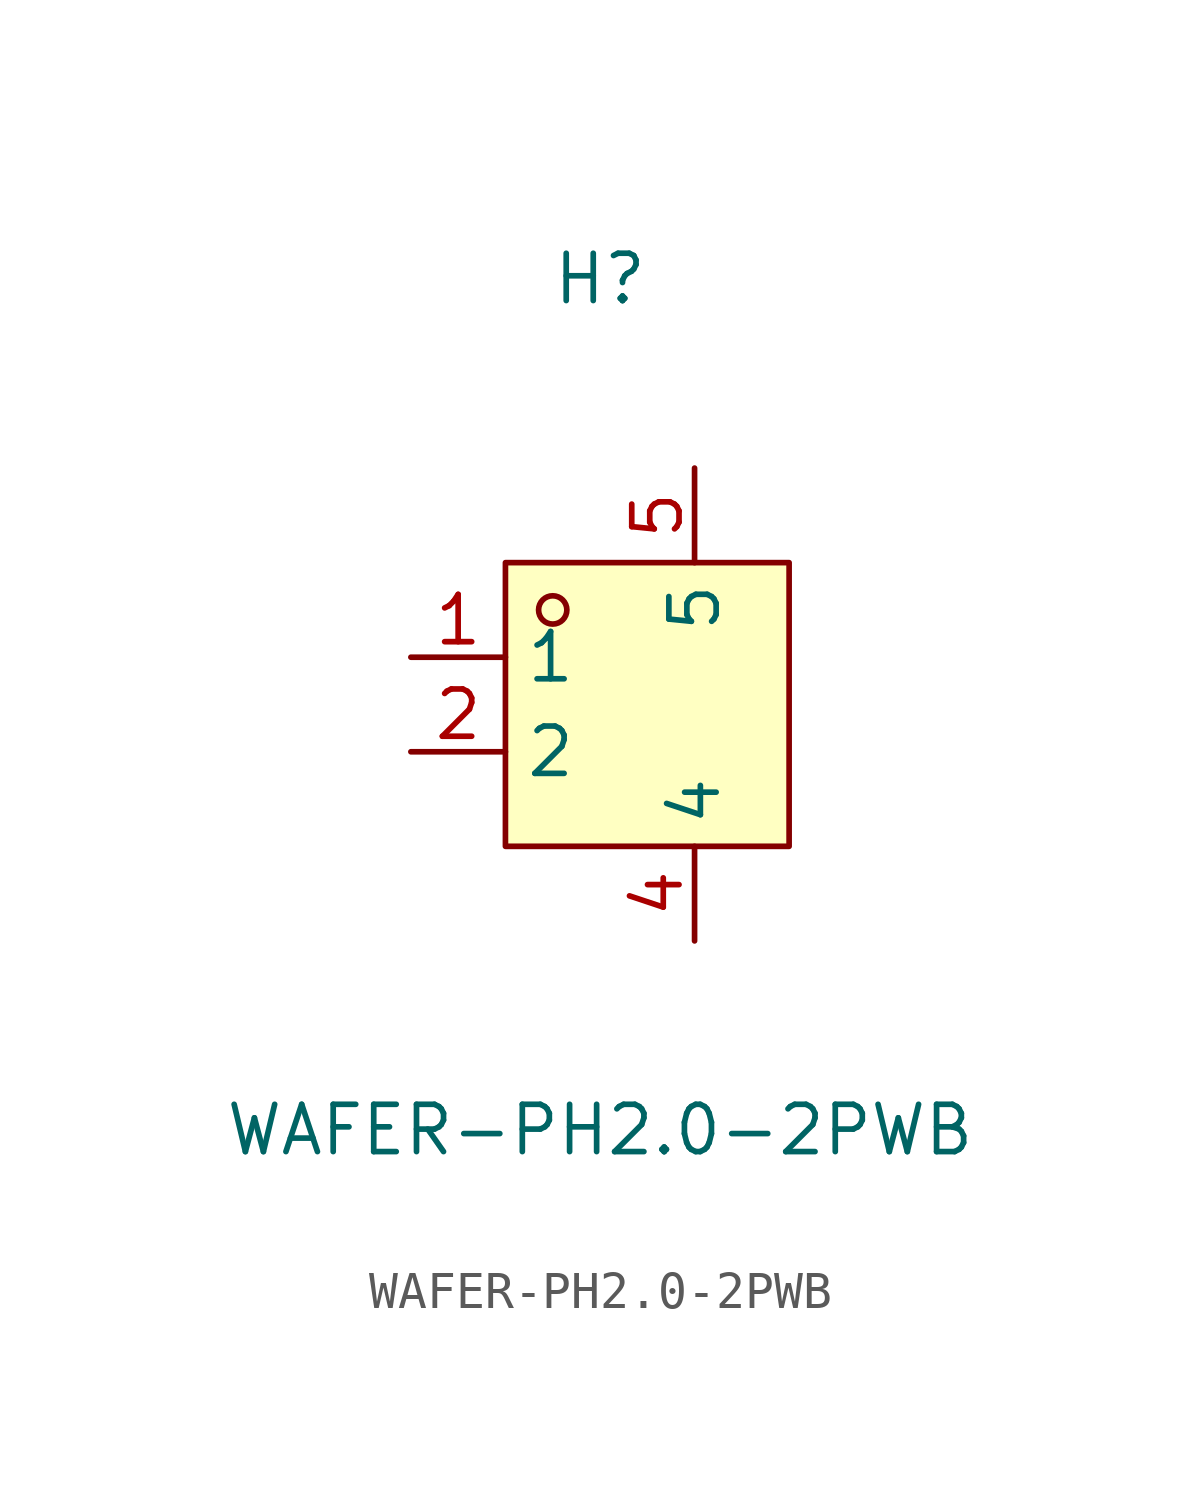
<source format=kicad_sym>
(kicad_symbol_lib
  (version 20211014)
  (generator https://github.com/uPesy/easyeda2kicad.py)
  (symbol "WAFER-PH2.0-2PWB"
    (property "Reference" "H"
      (at 0 11.43 0)
      (effects (font (size 1.27 1.27))))
    (property "Value" "WAFER-PH2.0-2PWB"
      (at 0 -11.43 0)
      (effects (font (size 1.27 1.27))))
    (symbol "WAFER-PH2.0-2PWB_0_1"
      (rectangle (start -2.54 3.81) (end 5.08 -3.81) (stroke (width 0) (type default) (color 0 0 0 0)) (fill (type background)))
      (circle (center -1.27 2.54) (radius 0.38) (stroke (width 0) (type default) (color 0 0 0 0)) (fill (type none)))
      (pin unspecified line (at -5.08 1.27 0) (length 2.54) (name "1" (effects (font (size 1.27 1.27)))) (number "1" (effects (font (size 1.27 1.27)))))
      (pin unspecified line (at -5.08 -1.27 0) (length 2.54) (name "2" (effects (font (size 1.27 1.27)))) (number "2" (effects (font (size 1.27 1.27)))))
      (pin unspecified line (at 2.54 -6.35 90) (length 2.54) (name "4" (effects (font (size 1.27 1.27)))) (number "4" (effects (font (size 1.27 1.27)))))
      (pin unspecified line (at 2.54 6.35 270) (length 2.54) (name "5" (effects (font (size 1.27 1.27)))) (number "5" (effects (font (size 1.27 1.27))))))))
</source>
